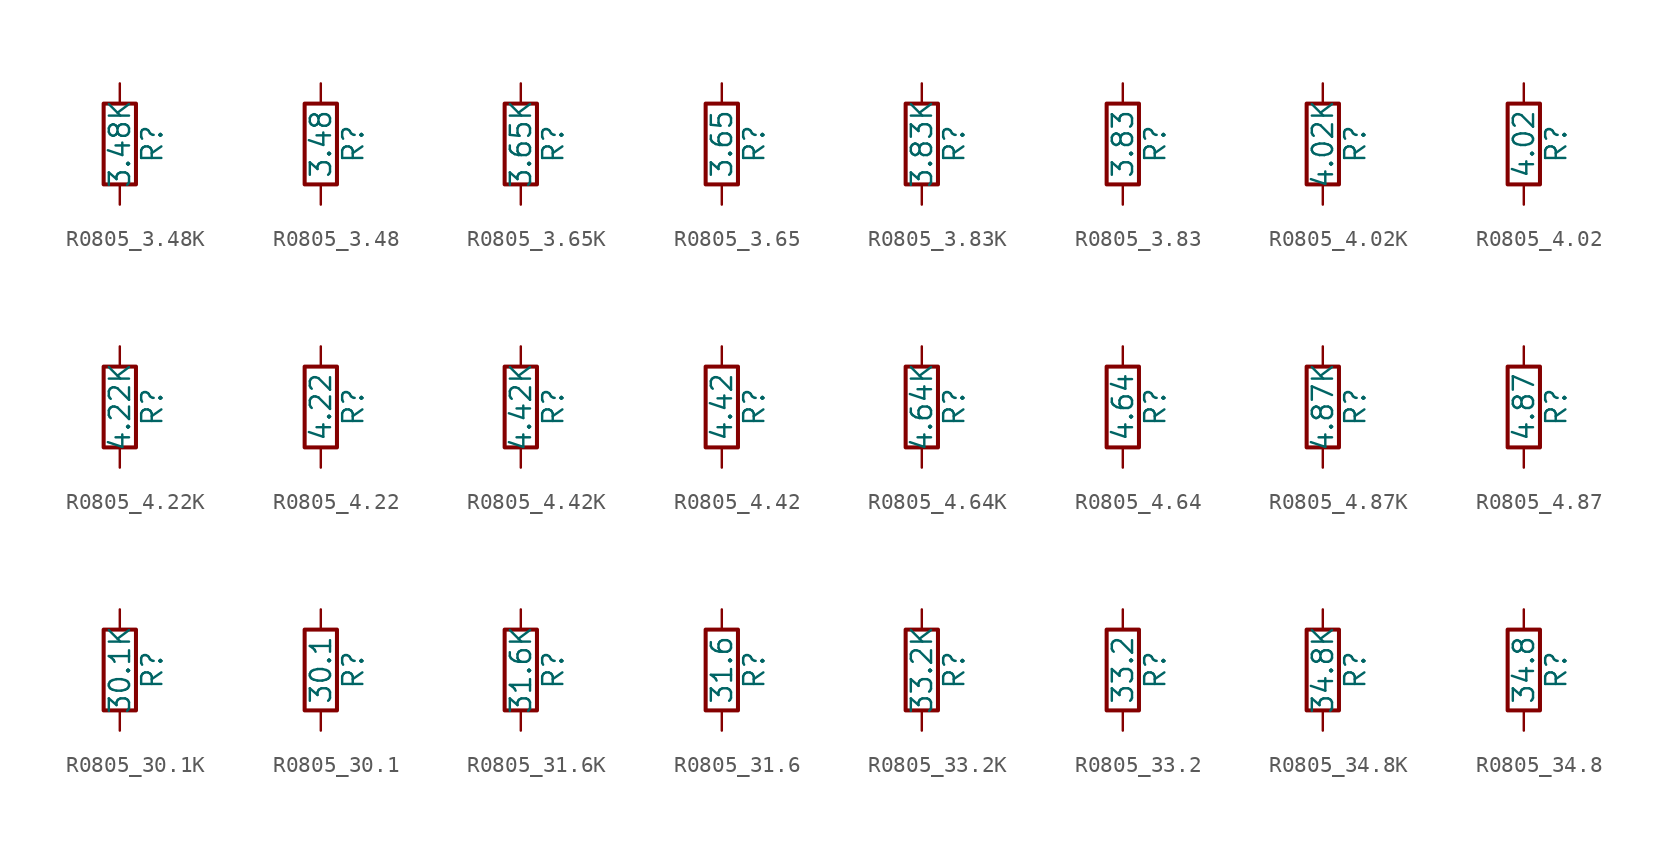
<source format=kicad_sym>
(kicad_symbol_lib
  (version 20211014)
  (generator atlantix-eda)
  (symbol "R0805_3.48K"
    (pin_numbers hide)
    (pin_names
      (offset 0))
    (property "Reference" "R"
      (at 2.032 0 90)
      (effects (font (size 1.27 1.27))))
    (property "Value" "3.48K"
      (at 0 0 90)
      (effects (font (size 1.27 1.27))))
    (symbol "R0805_3.48K_0_1"
      (rectangle (start -1.016 -2.54) (end 1.016 2.54) (stroke (width 0.254) (type default) (color 0 0 0 0)) (fill (type none))))
    (symbol "R0805_3.48K_1_1"
      (pin passive line (at 0 3.81 270) (length 1.27) (name "~" (effects (font (size 1.27 1.27)))) (number "1" (effects (font (size 1.27 1.27)))))
      (pin passive line (at 0 -3.81 90) (length 1.27) (name "~" (effects (font (size 1.27 1.27)))) (number "2" (effects (font (size 1.27 1.27)))))))
  (symbol "R0805_3.48"
    (pin_numbers hide)
    (pin_names
      (offset 0))
    (property "Reference" "R"
      (at 2.032 0 90)
      (effects (font (size 1.27 1.27))))
    (property "Value" "3.48"
      (at 0 0 90)
      (effects (font (size 1.27 1.27))))
    (symbol "R0805_3.48_0_1"
      (rectangle (start -1.016 -2.54) (end 1.016 2.54) (stroke (width 0.254) (type default) (color 0 0 0 0)) (fill (type none))))
    (symbol "R0805_3.48_1_1"
      (pin passive line (at 0 3.81 270) (length 1.27) (name "~" (effects (font (size 1.27 1.27)))) (number "1" (effects (font (size 1.27 1.27)))))
      (pin passive line (at 0 -3.81 90) (length 1.27) (name "~" (effects (font (size 1.27 1.27)))) (number "2" (effects (font (size 1.27 1.27)))))))
  (symbol "R0805_3.65K"
    (pin_numbers hide)
    (pin_names
      (offset 0))
    (property "Reference" "R"
      (at 2.032 0 90)
      (effects (font (size 1.27 1.27))))
    (property "Value" "3.65K"
      (at 0 0 90)
      (effects (font (size 1.27 1.27))))
    (symbol "R0805_3.65K_0_1"
      (rectangle (start -1.016 -2.54) (end 1.016 2.54) (stroke (width 0.254) (type default) (color 0 0 0 0)) (fill (type none))))
    (symbol "R0805_3.65K_1_1"
      (pin passive line (at 0 3.81 270) (length 1.27) (name "~" (effects (font (size 1.27 1.27)))) (number "1" (effects (font (size 1.27 1.27)))))
      (pin passive line (at 0 -3.81 90) (length 1.27) (name "~" (effects (font (size 1.27 1.27)))) (number "2" (effects (font (size 1.27 1.27)))))))
  (symbol "R0805_3.65"
    (pin_numbers hide)
    (pin_names
      (offset 0))
    (property "Reference" "R"
      (at 2.032 0 90)
      (effects (font (size 1.27 1.27))))
    (property "Value" "3.65"
      (at 0 0 90)
      (effects (font (size 1.27 1.27))))
    (symbol "R0805_3.65_0_1"
      (rectangle (start -1.016 -2.54) (end 1.016 2.54) (stroke (width 0.254) (type default) (color 0 0 0 0)) (fill (type none))))
    (symbol "R0805_3.65_1_1"
      (pin passive line (at 0 3.81 270) (length 1.27) (name "~" (effects (font (size 1.27 1.27)))) (number "1" (effects (font (size 1.27 1.27)))))
      (pin passive line (at 0 -3.81 90) (length 1.27) (name "~" (effects (font (size 1.27 1.27)))) (number "2" (effects (font (size 1.27 1.27)))))))
  (symbol "R0805_3.83K"
    (pin_numbers hide)
    (pin_names
      (offset 0))
    (property "Reference" "R"
      (at 2.032 0 90)
      (effects (font (size 1.27 1.27))))
    (property "Value" "3.83K"
      (at 0 0 90)
      (effects (font (size 1.27 1.27))))
    (symbol "R0805_3.83K_0_1"
      (rectangle (start -1.016 -2.54) (end 1.016 2.54) (stroke (width 0.254) (type default) (color 0 0 0 0)) (fill (type none))))
    (symbol "R0805_3.83K_1_1"
      (pin passive line (at 0 3.81 270) (length 1.27) (name "~" (effects (font (size 1.27 1.27)))) (number "1" (effects (font (size 1.27 1.27)))))
      (pin passive line (at 0 -3.81 90) (length 1.27) (name "~" (effects (font (size 1.27 1.27)))) (number "2" (effects (font (size 1.27 1.27)))))))
  (symbol "R0805_3.83"
    (pin_numbers hide)
    (pin_names
      (offset 0))
    (property "Reference" "R"
      (at 2.032 0 90)
      (effects (font (size 1.27 1.27))))
    (property "Value" "3.83"
      (at 0 0 90)
      (effects (font (size 1.27 1.27))))
    (symbol "R0805_3.83_0_1"
      (rectangle (start -1.016 -2.54) (end 1.016 2.54) (stroke (width 0.254) (type default) (color 0 0 0 0)) (fill (type none))))
    (symbol "R0805_3.83_1_1"
      (pin passive line (at 0 3.81 270) (length 1.27) (name "~" (effects (font (size 1.27 1.27)))) (number "1" (effects (font (size 1.27 1.27)))))
      (pin passive line (at 0 -3.81 90) (length 1.27) (name "~" (effects (font (size 1.27 1.27)))) (number "2" (effects (font (size 1.27 1.27)))))))
  (symbol "R0805_4.02K"
    (pin_numbers hide)
    (pin_names
      (offset 0))
    (property "Reference" "R"
      (at 2.032 0 90)
      (effects (font (size 1.27 1.27))))
    (property "Value" "4.02K"
      (at 0 0 90)
      (effects (font (size 1.27 1.27))))
    (symbol "R0805_4.02K_0_1"
      (rectangle (start -1.016 -2.54) (end 1.016 2.54) (stroke (width 0.254) (type default) (color 0 0 0 0)) (fill (type none))))
    (symbol "R0805_4.02K_1_1"
      (pin passive line (at 0 3.81 270) (length 1.27) (name "~" (effects (font (size 1.27 1.27)))) (number "1" (effects (font (size 1.27 1.27)))))
      (pin passive line (at 0 -3.81 90) (length 1.27) (name "~" (effects (font (size 1.27 1.27)))) (number "2" (effects (font (size 1.27 1.27)))))))
  (symbol "R0805_4.02"
    (pin_numbers hide)
    (pin_names
      (offset 0))
    (property "Reference" "R"
      (at 2.032 0 90)
      (effects (font (size 1.27 1.27))))
    (property "Value" "4.02"
      (at 0 0 90)
      (effects (font (size 1.27 1.27))))
    (symbol "R0805_4.02_0_1"
      (rectangle (start -1.016 -2.54) (end 1.016 2.54) (stroke (width 0.254) (type default) (color 0 0 0 0)) (fill (type none))))
    (symbol "R0805_4.02_1_1"
      (pin passive line (at 0 3.81 270) (length 1.27) (name "~" (effects (font (size 1.27 1.27)))) (number "1" (effects (font (size 1.27 1.27)))))
      (pin passive line (at 0 -3.81 90) (length 1.27) (name "~" (effects (font (size 1.27 1.27)))) (number "2" (effects (font (size 1.27 1.27)))))))
  (symbol "R0805_4.22K"
    (pin_numbers hide)
    (pin_names
      (offset 0))
    (property "Reference" "R"
      (at 2.032 0 90)
      (effects (font (size 1.27 1.27))))
    (property "Value" "4.22K"
      (at 0 0 90)
      (effects (font (size 1.27 1.27))))
    (symbol "R0805_4.22K_0_1"
      (rectangle (start -1.016 -2.54) (end 1.016 2.54) (stroke (width 0.254) (type default) (color 0 0 0 0)) (fill (type none))))
    (symbol "R0805_4.22K_1_1"
      (pin passive line (at 0 3.81 270) (length 1.27) (name "~" (effects (font (size 1.27 1.27)))) (number "1" (effects (font (size 1.27 1.27)))))
      (pin passive line (at 0 -3.81 90) (length 1.27) (name "~" (effects (font (size 1.27 1.27)))) (number "2" (effects (font (size 1.27 1.27)))))))
  (symbol "R0805_4.22"
    (pin_numbers hide)
    (pin_names
      (offset 0))
    (property "Reference" "R"
      (at 2.032 0 90)
      (effects (font (size 1.27 1.27))))
    (property "Value" "4.22"
      (at 0 0 90)
      (effects (font (size 1.27 1.27))))
    (symbol "R0805_4.22_0_1"
      (rectangle (start -1.016 -2.54) (end 1.016 2.54) (stroke (width 0.254) (type default) (color 0 0 0 0)) (fill (type none))))
    (symbol "R0805_4.22_1_1"
      (pin passive line (at 0 3.81 270) (length 1.27) (name "~" (effects (font (size 1.27 1.27)))) (number "1" (effects (font (size 1.27 1.27)))))
      (pin passive line (at 0 -3.81 90) (length 1.27) (name "~" (effects (font (size 1.27 1.27)))) (number "2" (effects (font (size 1.27 1.27)))))))
  (symbol "R0805_4.42K"
    (pin_numbers hide)
    (pin_names
      (offset 0))
    (property "Reference" "R"
      (at 2.032 0 90)
      (effects (font (size 1.27 1.27))))
    (property "Value" "4.42K"
      (at 0 0 90)
      (effects (font (size 1.27 1.27))))
    (symbol "R0805_4.42K_0_1"
      (rectangle (start -1.016 -2.54) (end 1.016 2.54) (stroke (width 0.254) (type default) (color 0 0 0 0)) (fill (type none))))
    (symbol "R0805_4.42K_1_1"
      (pin passive line (at 0 3.81 270) (length 1.27) (name "~" (effects (font (size 1.27 1.27)))) (number "1" (effects (font (size 1.27 1.27)))))
      (pin passive line (at 0 -3.81 90) (length 1.27) (name "~" (effects (font (size 1.27 1.27)))) (number "2" (effects (font (size 1.27 1.27)))))))
  (symbol "R0805_4.42"
    (pin_numbers hide)
    (pin_names
      (offset 0))
    (property "Reference" "R"
      (at 2.032 0 90)
      (effects (font (size 1.27 1.27))))
    (property "Value" "4.42"
      (at 0 0 90)
      (effects (font (size 1.27 1.27))))
    (symbol "R0805_4.42_0_1"
      (rectangle (start -1.016 -2.54) (end 1.016 2.54) (stroke (width 0.254) (type default) (color 0 0 0 0)) (fill (type none))))
    (symbol "R0805_4.42_1_1"
      (pin passive line (at 0 3.81 270) (length 1.27) (name "~" (effects (font (size 1.27 1.27)))) (number "1" (effects (font (size 1.27 1.27)))))
      (pin passive line (at 0 -3.81 90) (length 1.27) (name "~" (effects (font (size 1.27 1.27)))) (number "2" (effects (font (size 1.27 1.27)))))))
  (symbol "R0805_4.64K"
    (pin_numbers hide)
    (pin_names
      (offset 0))
    (property "Reference" "R"
      (at 2.032 0 90)
      (effects (font (size 1.27 1.27))))
    (property "Value" "4.64K"
      (at 0 0 90)
      (effects (font (size 1.27 1.27))))
    (symbol "R0805_4.64K_0_1"
      (rectangle (start -1.016 -2.54) (end 1.016 2.54) (stroke (width 0.254) (type default) (color 0 0 0 0)) (fill (type none))))
    (symbol "R0805_4.64K_1_1"
      (pin passive line (at 0 3.81 270) (length 1.27) (name "~" (effects (font (size 1.27 1.27)))) (number "1" (effects (font (size 1.27 1.27)))))
      (pin passive line (at 0 -3.81 90) (length 1.27) (name "~" (effects (font (size 1.27 1.27)))) (number "2" (effects (font (size 1.27 1.27)))))))
  (symbol "R0805_4.64"
    (pin_numbers hide)
    (pin_names
      (offset 0))
    (property "Reference" "R"
      (at 2.032 0 90)
      (effects (font (size 1.27 1.27))))
    (property "Value" "4.64"
      (at 0 0 90)
      (effects (font (size 1.27 1.27))))
    (symbol "R0805_4.64_0_1"
      (rectangle (start -1.016 -2.54) (end 1.016 2.54) (stroke (width 0.254) (type default) (color 0 0 0 0)) (fill (type none))))
    (symbol "R0805_4.64_1_1"
      (pin passive line (at 0 3.81 270) (length 1.27) (name "~" (effects (font (size 1.27 1.27)))) (number "1" (effects (font (size 1.27 1.27)))))
      (pin passive line (at 0 -3.81 90) (length 1.27) (name "~" (effects (font (size 1.27 1.27)))) (number "2" (effects (font (size 1.27 1.27)))))))
  (symbol "R0805_4.87K"
    (pin_numbers hide)
    (pin_names
      (offset 0))
    (property "Reference" "R"
      (at 2.032 0 90)
      (effects (font (size 1.27 1.27))))
    (property "Value" "4.87K"
      (at 0 0 90)
      (effects (font (size 1.27 1.27))))
    (symbol "R0805_4.87K_0_1"
      (rectangle (start -1.016 -2.54) (end 1.016 2.54) (stroke (width 0.254) (type default) (color 0 0 0 0)) (fill (type none))))
    (symbol "R0805_4.87K_1_1"
      (pin passive line (at 0 3.81 270) (length 1.27) (name "~" (effects (font (size 1.27 1.27)))) (number "1" (effects (font (size 1.27 1.27)))))
      (pin passive line (at 0 -3.81 90) (length 1.27) (name "~" (effects (font (size 1.27 1.27)))) (number "2" (effects (font (size 1.27 1.27)))))))
  (symbol "R0805_4.87"
    (pin_numbers hide)
    (pin_names
      (offset 0))
    (property "Reference" "R"
      (at 2.032 0 90)
      (effects (font (size 1.27 1.27))))
    (property "Value" "4.87"
      (at 0 0 90)
      (effects (font (size 1.27 1.27))))
    (symbol "R0805_4.87_0_1"
      (rectangle (start -1.016 -2.54) (end 1.016 2.54) (stroke (width 0.254) (type default) (color 0 0 0 0)) (fill (type none))))
    (symbol "R0805_4.87_1_1"
      (pin passive line (at 0 3.81 270) (length 1.27) (name "~" (effects (font (size 1.27 1.27)))) (number "1" (effects (font (size 1.27 1.27)))))
      (pin passive line (at 0 -3.81 90) (length 1.27) (name "~" (effects (font (size 1.27 1.27)))) (number "2" (effects (font (size 1.27 1.27)))))))
  (symbol "R0805_30.1K"
    (pin_numbers hide)
    (pin_names
      (offset 0))
    (property "Reference" "R"
      (at 2.032 0 90)
      (effects (font (size 1.27 1.27))))
    (property "Value" "30.1K"
      (at 0 0 90)
      (effects (font (size 1.27 1.27))))
    (symbol "R0805_30.1K_0_1"
      (rectangle (start -1.016 -2.54) (end 1.016 2.54) (stroke (width 0.254) (type default) (color 0 0 0 0)) (fill (type none))))
    (symbol "R0805_30.1K_1_1"
      (pin passive line (at 0 3.81 270) (length 1.27) (name "~" (effects (font (size 1.27 1.27)))) (number "1" (effects (font (size 1.27 1.27)))))
      (pin passive line (at 0 -3.81 90) (length 1.27) (name "~" (effects (font (size 1.27 1.27)))) (number "2" (effects (font (size 1.27 1.27)))))))
  (symbol "R0805_30.1"
    (pin_numbers hide)
    (pin_names
      (offset 0))
    (property "Reference" "R"
      (at 2.032 0 90)
      (effects (font (size 1.27 1.27))))
    (property "Value" "30.1"
      (at 0 0 90)
      (effects (font (size 1.27 1.27))))
    (symbol "R0805_30.1_0_1"
      (rectangle (start -1.016 -2.54) (end 1.016 2.54) (stroke (width 0.254) (type default) (color 0 0 0 0)) (fill (type none))))
    (symbol "R0805_30.1_1_1"
      (pin passive line (at 0 3.81 270) (length 1.27) (name "~" (effects (font (size 1.27 1.27)))) (number "1" (effects (font (size 1.27 1.27)))))
      (pin passive line (at 0 -3.81 90) (length 1.27) (name "~" (effects (font (size 1.27 1.27)))) (number "2" (effects (font (size 1.27 1.27)))))))
  (symbol "R0805_31.6K"
    (pin_numbers hide)
    (pin_names
      (offset 0))
    (property "Reference" "R"
      (at 2.032 0 90)
      (effects (font (size 1.27 1.27))))
    (property "Value" "31.6K"
      (at 0 0 90)
      (effects (font (size 1.27 1.27))))
    (symbol "R0805_31.6K_0_1"
      (rectangle (start -1.016 -2.54) (end 1.016 2.54) (stroke (width 0.254) (type default) (color 0 0 0 0)) (fill (type none))))
    (symbol "R0805_31.6K_1_1"
      (pin passive line (at 0 3.81 270) (length 1.27) (name "~" (effects (font (size 1.27 1.27)))) (number "1" (effects (font (size 1.27 1.27)))))
      (pin passive line (at 0 -3.81 90) (length 1.27) (name "~" (effects (font (size 1.27 1.27)))) (number "2" (effects (font (size 1.27 1.27)))))))
  (symbol "R0805_31.6"
    (pin_numbers hide)
    (pin_names
      (offset 0))
    (property "Reference" "R"
      (at 2.032 0 90)
      (effects (font (size 1.27 1.27))))
    (property "Value" "31.6"
      (at 0 0 90)
      (effects (font (size 1.27 1.27))))
    (symbol "R0805_31.6_0_1"
      (rectangle (start -1.016 -2.54) (end 1.016 2.54) (stroke (width 0.254) (type default) (color 0 0 0 0)) (fill (type none))))
    (symbol "R0805_31.6_1_1"
      (pin passive line (at 0 3.81 270) (length 1.27) (name "~" (effects (font (size 1.27 1.27)))) (number "1" (effects (font (size 1.27 1.27)))))
      (pin passive line (at 0 -3.81 90) (length 1.27) (name "~" (effects (font (size 1.27 1.27)))) (number "2" (effects (font (size 1.27 1.27)))))))
  (symbol "R0805_33.2K"
    (pin_numbers hide)
    (pin_names
      (offset 0))
    (property "Reference" "R"
      (at 2.032 0 90)
      (effects (font (size 1.27 1.27))))
    (property "Value" "33.2K"
      (at 0 0 90)
      (effects (font (size 1.27 1.27))))
    (symbol "R0805_33.2K_0_1"
      (rectangle (start -1.016 -2.54) (end 1.016 2.54) (stroke (width 0.254) (type default) (color 0 0 0 0)) (fill (type none))))
    (symbol "R0805_33.2K_1_1"
      (pin passive line (at 0 3.81 270) (length 1.27) (name "~" (effects (font (size 1.27 1.27)))) (number "1" (effects (font (size 1.27 1.27)))))
      (pin passive line (at 0 -3.81 90) (length 1.27) (name "~" (effects (font (size 1.27 1.27)))) (number "2" (effects (font (size 1.27 1.27)))))))
  (symbol "R0805_33.2"
    (pin_numbers hide)
    (pin_names
      (offset 0))
    (property "Reference" "R"
      (at 2.032 0 90)
      (effects (font (size 1.27 1.27))))
    (property "Value" "33.2"
      (at 0 0 90)
      (effects (font (size 1.27 1.27))))
    (symbol "R0805_33.2_0_1"
      (rectangle (start -1.016 -2.54) (end 1.016 2.54) (stroke (width 0.254) (type default) (color 0 0 0 0)) (fill (type none))))
    (symbol "R0805_33.2_1_1"
      (pin passive line (at 0 3.81 270) (length 1.27) (name "~" (effects (font (size 1.27 1.27)))) (number "1" (effects (font (size 1.27 1.27)))))
      (pin passive line (at 0 -3.81 90) (length 1.27) (name "~" (effects (font (size 1.27 1.27)))) (number "2" (effects (font (size 1.27 1.27)))))))
  (symbol "R0805_34.8K"
    (pin_numbers hide)
    (pin_names
      (offset 0))
    (property "Reference" "R"
      (at 2.032 0 90)
      (effects (font (size 1.27 1.27))))
    (property "Value" "34.8K"
      (at 0 0 90)
      (effects (font (size 1.27 1.27))))
    (symbol "R0805_34.8K_0_1"
      (rectangle (start -1.016 -2.54) (end 1.016 2.54) (stroke (width 0.254) (type default) (color 0 0 0 0)) (fill (type none))))
    (symbol "R0805_34.8K_1_1"
      (pin passive line (at 0 3.81 270) (length 1.27) (name "~" (effects (font (size 1.27 1.27)))) (number "1" (effects (font (size 1.27 1.27)))))
      (pin passive line (at 0 -3.81 90) (length 1.27) (name "~" (effects (font (size 1.27 1.27)))) (number "2" (effects (font (size 1.27 1.27)))))))
  (symbol "R0805_34.8"
    (pin_numbers hide)
    (pin_names
      (offset 0))
    (property "Reference" "R"
      (at 2.032 0 90)
      (effects (font (size 1.27 1.27))))
    (property "Value" "34.8"
      (at 0 0 90)
      (effects (font (size 1.27 1.27))))
    (symbol "R0805_34.8_0_1"
      (rectangle (start -1.016 -2.54) (end 1.016 2.54) (stroke (width 0.254) (type default) (color 0 0 0 0)) (fill (type none))))
    (symbol "R0805_34.8_1_1"
      (pin passive line (at 0 3.81 270) (length 1.27) (name "~" (effects (font (size 1.27 1.27)))) (number "1" (effects (font (size 1.27 1.27)))))
      (pin passive line (at 0 -3.81 90) (length 1.27) (name "~" (effects (font (size 1.27 1.27)))) (number "2" (effects (font (size 1.27 1.27))))))))
</source>
